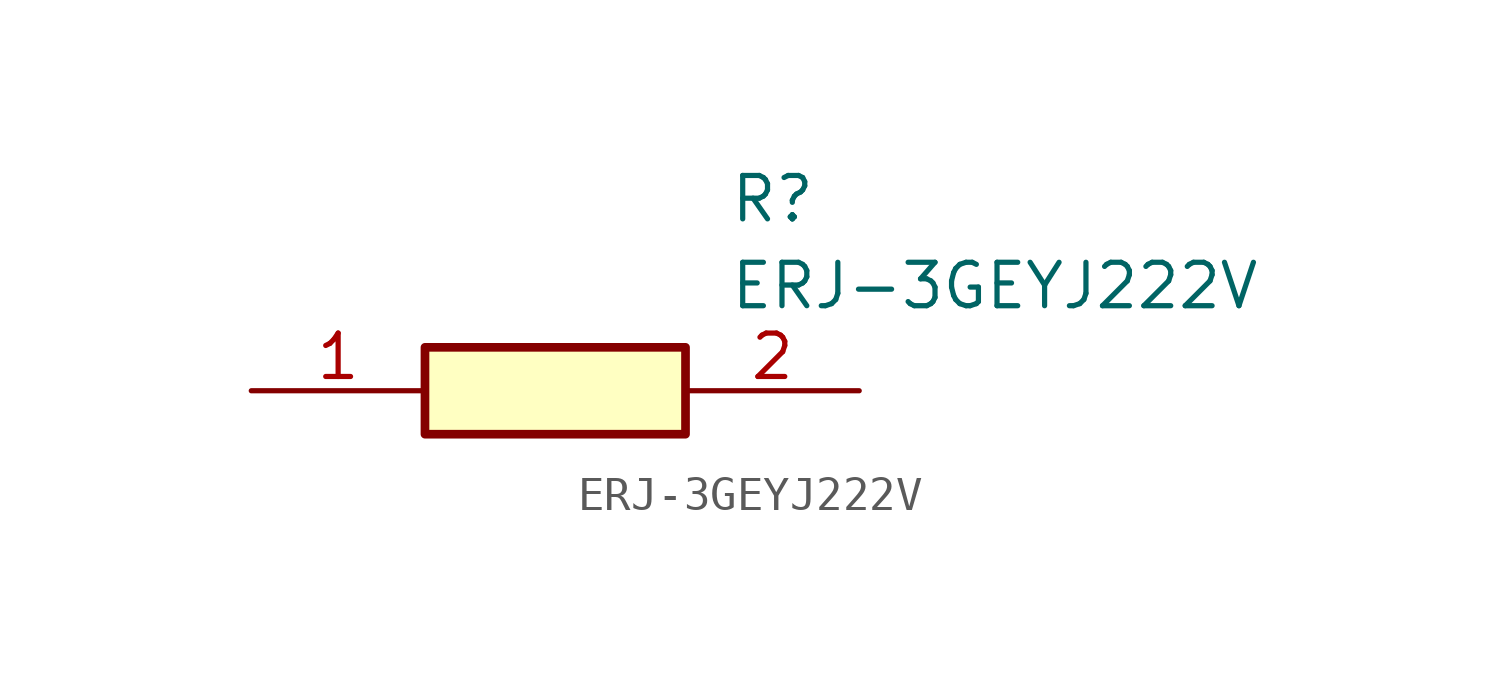
<source format=kicad_sym>
(kicad_symbol_lib
  (version 20211014)
  (generator SamacSys_ECAD_Model)
  (symbol "ERJ-3GEYJ222V"
    (pin_names hide)
    (property "Reference" "R"
      (at 13.97 6.35 0)
      (effects (font (size 1.27 1.27)) (justify left top)))
    (property "Value" "ERJ-3GEYJ222V"
      (at 13.97 3.81 0)
      (effects (font (size 1.27 1.27)) (justify left top)))
    (rectangle
      (start 5.08 1.27)
      (end 12.7 -1.27)
      (stroke (width 0.254) (type default))
      (fill (type background)))
    (pin passive line
      (at 0 0 0)
      (length 5.08)
      (name "1" (effects (font (size 1.27 1.27))))
      (number "1" (effects (font (size 1.27 1.27)))))
    (pin passive line
      (at 17.78 0 180)
      (length 5.08)
      (name "2" (effects (font (size 1.27 1.27))))
      (number "2" (effects (font (size 1.27 1.27)))))))
</source>
